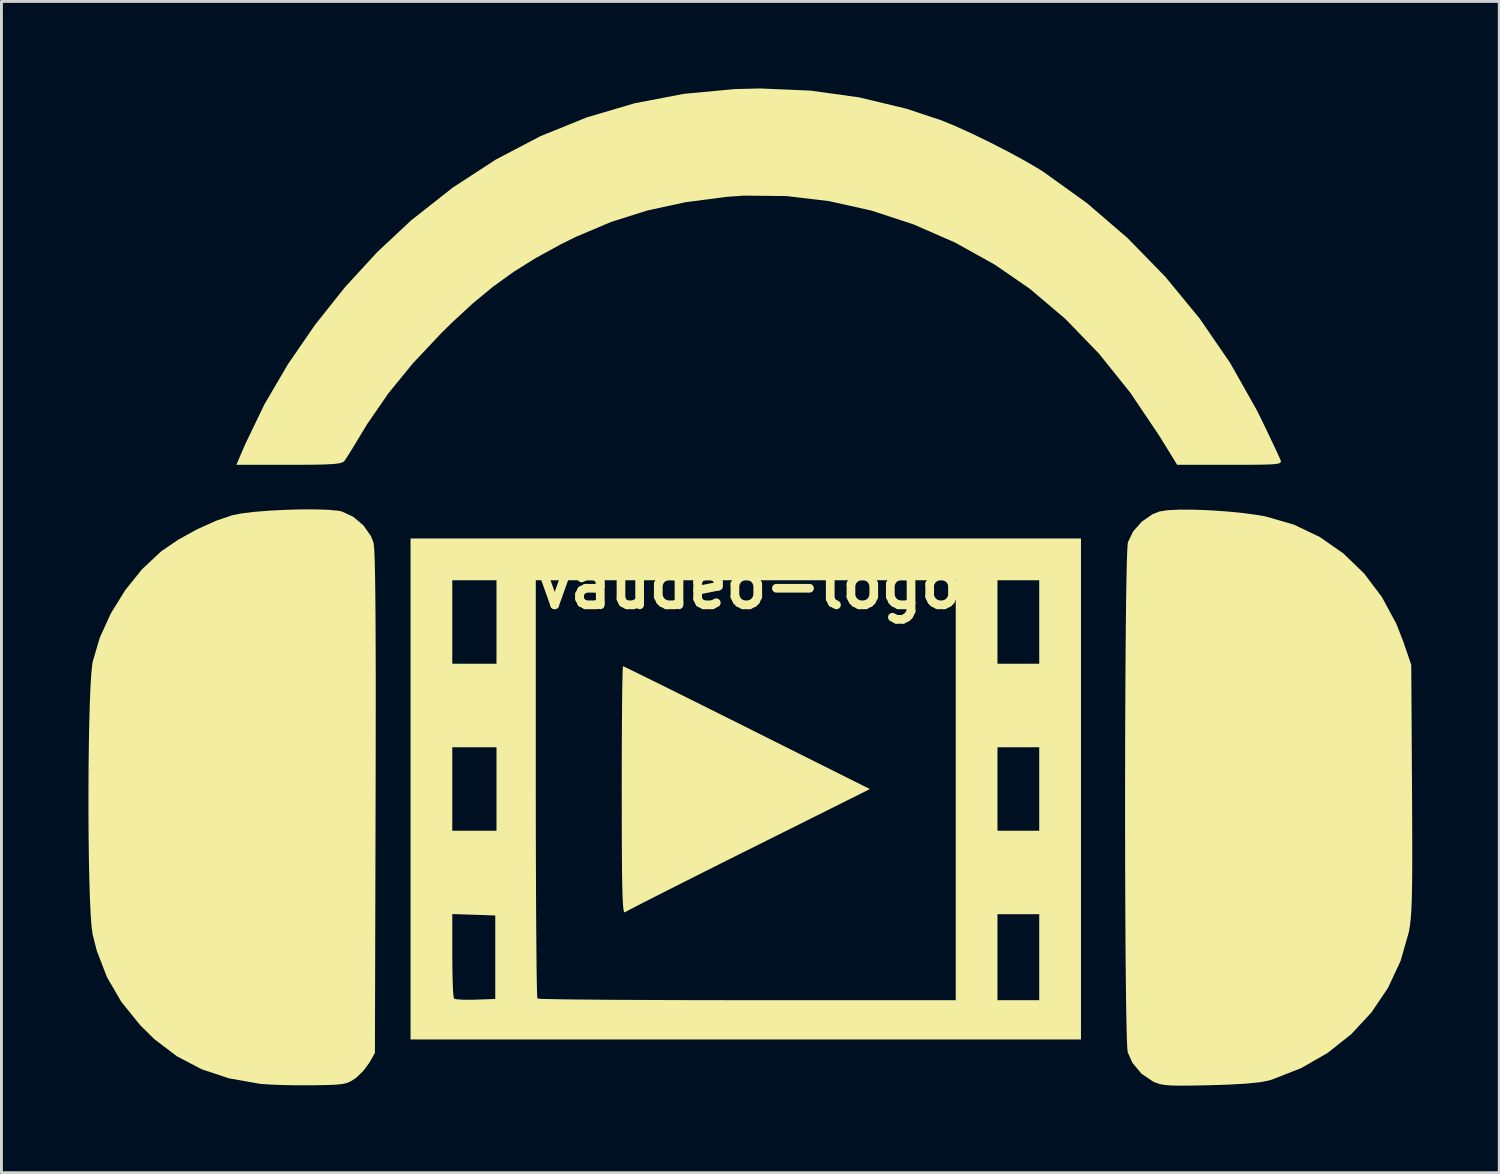
<source format=kicad_pcb>
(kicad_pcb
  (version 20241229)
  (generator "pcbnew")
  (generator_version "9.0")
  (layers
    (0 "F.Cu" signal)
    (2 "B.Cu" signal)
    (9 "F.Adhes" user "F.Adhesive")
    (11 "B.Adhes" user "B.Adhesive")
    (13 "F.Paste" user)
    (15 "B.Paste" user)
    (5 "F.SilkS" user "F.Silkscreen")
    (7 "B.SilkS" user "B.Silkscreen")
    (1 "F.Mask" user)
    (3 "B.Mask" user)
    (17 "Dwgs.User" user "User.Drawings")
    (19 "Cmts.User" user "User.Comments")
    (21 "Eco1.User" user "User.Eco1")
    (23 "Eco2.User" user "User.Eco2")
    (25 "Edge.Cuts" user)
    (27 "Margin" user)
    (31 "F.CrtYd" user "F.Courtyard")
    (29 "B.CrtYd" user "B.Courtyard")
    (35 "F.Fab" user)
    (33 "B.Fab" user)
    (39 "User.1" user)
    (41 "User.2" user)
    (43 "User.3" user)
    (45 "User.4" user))
  (footprint "vaudeo-logo"
    (layer "F.Cu")
    (at 22.788 17.124)
    (property "Reference" "vaudeo-logo" (at 0 0 0) (layer "F.SilkS") (effects (font (size 1.5 1.5) (thickness 0.3))))
    (attr board_only exclude_from_pos_files exclude_from_bom)
    (fp_poly (pts (xy -4.278 2.831) (xy -4.059 2.937) (xy -3.716 3.105) (xy -3.263 3.328) (xy -2.713 3.601) (xy -2.081 3.915) (xy -1.379 4.264) (xy -0.622 4.642) (xy -0.082 4.912) (xy 4.153 7.03) (xy -0.019 9.112) (xy -0.803 9.503) (xy -1.542 9.874) (xy -2.223 10.217) (xy -2.832 10.524) (xy -3.354 10.789) (xy -3.775 11.004) (xy -4.081 11.162) (xy -4.258 11.257) (xy -4.297 11.28) (xy -4.321 11.269) (xy -4.342 11.187) (xy -4.359 11.021) (xy -4.373 10.76) (xy -4.384 10.393) (xy -4.392 9.909) (xy -4.397 9.295) (xy -4.401 8.541) (xy -4.402 7.636) (xy -4.403 7.08) (xy -4.402 6.246) (xy -4.4 5.466) (xy -4.396 4.755) (xy -4.391 4.129) (xy -4.385 3.605) (xy -4.378 3.198) (xy -4.37 2.924) (xy -4.362 2.8) (xy -4.36 2.794)) (stroke (width 0) (type solid)) (fill yes) (layer "F.SilkS"))
    (fp_poly (pts (xy -14.504 -2.597) (xy -14.17 -2.565) (xy -14.058 -2.542) (xy -13.66 -2.358) (xy -13.308 -2.059) (xy -13.049 -1.692) (xy -12.961 -1.464) (xy -12.944 -1.341) (xy -12.929 -1.101) (xy -12.916 -0.74) (xy -12.906 -0.252) (xy -12.898 0.368) (xy -12.891 1.124) (xy -12.887 2.023) (xy -12.884 3.07) (xy -12.884 4.269) (xy -12.885 5.626) (xy -12.888 7.146) (xy -12.889 7.508) (xy -12.912 16.129) (xy -13.107 16.469) (xy -13.304 16.737) (xy -13.549 16.975) (xy -13.608 17.019) (xy -13.741 17.103) (xy -13.874 17.162) (xy -14.042 17.2) (xy -14.279 17.223) (xy -14.616 17.236) (xy -15.088 17.243) (xy -15.107 17.243) (xy -15.602 17.243) (xy -16.096 17.234) (xy -16.534 17.217) (xy -16.863 17.193) (xy -16.891 17.19) (xy -17.941 17.004) (xy -18.886 16.69) (xy -19.74 16.242) (xy -20.518 15.652) (xy -21.005 15.171) (xy -21.654 14.367) (xy -22.147 13.522) (xy -22.5 12.609) (xy -22.647 12.029) (xy -22.682 11.769) (xy -22.712 11.362) (xy -22.737 10.83) (xy -22.757 10.195) (xy -22.773 9.479) (xy -22.783 8.704) (xy -22.788 7.892) (xy -22.788 7.065) (xy -22.784 6.245) (xy -22.774 5.454) (xy -22.76 4.714) (xy -22.741 4.048) (xy -22.717 3.477) (xy -22.688 3.023) (xy -22.654 2.709) (xy -22.642 2.642) (xy -22.398 1.809) (xy -22.016 0.973) (xy -21.522 0.174) (xy -20.942 -0.547) (xy -20.302 -1.147) (xy -20.246 -1.191) (xy -19.692 -1.568) (xy -19.052 -1.922) (xy -18.395 -2.218) (xy -17.822 -2.413) (xy -17.51 -2.474) (xy -17.081 -2.526) (xy -16.572 -2.567) (xy -16.022 -2.596) (xy -15.468 -2.612) (xy -14.95 -2.612)) (stroke (width 0) (type solid)) (fill yes) (layer "F.SilkS"))
    (fp_poly (pts (xy 15.333 -2.602) (xy 15.893 -2.58) (xy 16.473 -2.54) (xy 17.037 -2.484) (xy 17.546 -2.414) (xy 17.799 -2.368) (xy 18.768 -2.088) (xy 19.664 -1.66) (xy 20.476 -1.094) (xy 21.193 -0.401) (xy 21.805 0.409) (xy 22.3 1.327) (xy 22.55 1.966) (xy 22.817 2.752) (xy 22.843 7.022) (xy 22.848 8.014) (xy 22.851 8.852) (xy 22.851 9.552) (xy 22.848 10.131) (xy 22.841 10.603) (xy 22.83 10.985) (xy 22.815 11.293) (xy 22.795 11.542) (xy 22.77 11.748) (xy 22.74 11.926) (xy 22.733 11.963) (xy 22.447 12.961) (xy 22.013 13.888) (xy 21.443 14.732) (xy 20.748 15.481) (xy 19.938 16.124) (xy 19.025 16.649) (xy 18.019 17.044) (xy 17.907 17.078) (xy 17.6 17.138) (xy 17.125 17.186) (xy 16.485 17.221) (xy 15.875 17.24) (xy 15.303 17.252) (xy 14.873 17.256) (xy 14.557 17.25) (xy 14.327 17.233) (xy 14.155 17.202) (xy 14.015 17.157) (xy 13.924 17.118) (xy 13.518 16.845) (xy 13.205 16.472) (xy 13.042 16.105) (xy 13.027 15.966) (xy 13.014 15.672) (xy 13.001 15.237) (xy 12.99 14.674) (xy 12.981 13.999) (xy 12.972 13.225) (xy 12.965 12.367) (xy 12.96 11.438) (xy 12.956 10.453) (xy 12.953 9.425) (xy 12.951 8.37) (xy 12.951 7.3) (xy 12.952 6.231) (xy 12.954 5.176) (xy 12.958 4.149) (xy 12.963 3.165) (xy 12.969 2.238) (xy 12.977 1.381) (xy 12.985 0.61) (xy 12.996 -0.063) (xy 13.007 -0.623) (xy 13.02 -1.055) (xy 13.034 -1.346) (xy 13.048 -1.48) (xy 13.229 -1.854) (xy 13.529 -2.192) (xy 13.899 -2.447) (xy 14.142 -2.542) (xy 14.421 -2.584) (xy 14.83 -2.604)) (stroke (width 0) (type solid)) (fill yes) (layer "F.SilkS"))
    (fp_poly (pts (xy 2.105 -17.05) (xy 3.772 -16.819) (xy 5.397 -16.43) (xy 6.582 -16.038) (xy 7.066 -15.842) (xy 7.647 -15.579) (xy 8.276 -15.274) (xy 8.908 -14.951) (xy 9.493 -14.633) (xy 9.986 -14.344) (xy 10.131 -14.252) (xy 11.632 -13.175) (xy 13.039 -11.964) (xy 14.339 -10.631) (xy 15.523 -9.191) (xy 16.576 -7.657) (xy 17.487 -6.042) (xy 17.65 -5.715) (xy 17.859 -5.281) (xy 18.044 -4.892) (xy 18.191 -4.578) (xy 18.287 -4.367) (xy 18.316 -4.297) (xy 18.323 -4.248) (xy 18.291 -4.211) (xy 18.201 -4.185) (xy 18.032 -4.167) (xy 17.763 -4.156) (xy 17.375 -4.151) (xy 16.847 -4.149) (xy 16.557 -4.149) (xy 14.746 -4.149) (xy 14.136 -5.14) (xy 13.13 -6.636) (xy 12.051 -7.981) (xy 10.898 -9.173) (xy 9.669 -10.216) (xy 8.463 -11.047) (xy 7.088 -11.812) (xy 5.664 -12.435) (xy 4.208 -12.913) (xy 2.738 -13.241) (xy 1.269 -13.415) (xy -0.182 -13.43) (xy -0.777 -13.389) (xy -2.2 -13.203) (xy -3.517 -12.918) (xy -4.768 -12.523) (xy -5.992 -12.005) (xy -6.515 -11.745) (xy -7.364 -11.279) (xy -8.123 -10.807) (xy -8.832 -10.296) (xy -9.532 -9.719) (xy -10.264 -9.043) (xy -10.63 -8.682) (xy -11.605 -7.646) (xy -12.442 -6.621) (xy -13.166 -5.572) (xy -13.414 -5.166) (xy -13.613 -4.834) (xy -13.79 -4.548) (xy -13.92 -4.346) (xy -13.971 -4.274) (xy -14.033 -4.231) (xy -14.152 -4.199) (xy -14.349 -4.176) (xy -14.644 -4.161) (xy -15.058 -4.152) (xy -15.613 -4.149) (xy -15.882 -4.149) (xy -17.689 -4.149) (xy -17.39 -4.847) (xy -16.723 -6.231) (xy -15.912 -7.615) (xy -14.979 -8.972) (xy -13.947 -10.27) (xy -12.836 -11.479) (xy -11.671 -12.57) (xy -11.658 -12.581) (xy -10.227 -13.708) (xy -8.741 -14.675) (xy -7.2 -15.482) (xy -5.606 -16.128) (xy -3.958 -16.614) (xy -2.258 -16.939) (xy -0.506 -17.103) (xy 0.381 -17.124)) (stroke (width 0) (type solid)) (fill yes) (layer "F.SilkS"))
    (fp_poly (pts (xy 11.43 7.027) (xy 11.43 15.663) (xy -0.127 15.663) (xy -11.684 15.663) (xy -11.684 11.339) (xy -10.245 11.339) (xy -10.245 12.767) (xy -10.241 13.243) (xy -10.232 13.659) (xy -10.218 13.986) (xy -10.2 14.194) (xy -10.185 14.255) (xy -10.078 14.28) (xy -9.846 14.294) (xy -9.535 14.293) (xy -9.444 14.291) (xy -8.763 14.266) (xy -8.763 12.827) (xy -8.763 11.388) (xy -9.504 11.363) (xy -10.245 11.339) (xy -11.684 11.339) (xy -11.684 7.027) (xy -11.684 5.588) (xy -10.245 5.588) (xy -10.245 7.027) (xy -10.245 8.467) (xy -9.483 8.467) (xy -8.721 8.467) (xy -8.721 7.027) (xy -8.721 5.588) (xy -9.483 5.588) (xy -10.245 5.588) (xy -11.684 5.588) (xy -11.684 -0.169) (xy -10.245 -0.169) (xy -10.245 1.27) (xy -10.245 2.709) (xy -9.483 2.709) (xy -8.721 2.709) (xy -8.721 1.27) (xy -8.721 -0.169) (xy -7.366 -0.169) (xy -7.366 7.013) (xy -7.365 8.101) (xy -7.363 9.141) (xy -7.36 10.119) (xy -7.356 11.023) (xy -7.351 11.842) (xy -7.345 12.561) (xy -7.339 13.17) (xy -7.332 13.656) (xy -7.324 14.005) (xy -7.316 14.206) (xy -7.31 14.252) (xy -7.218 14.261) (xy -6.97 14.269) (xy -6.577 14.277) (xy -6.053 14.284) (xy -5.408 14.29) (xy -4.657 14.296) (xy -3.811 14.3) (xy -2.882 14.304) (xy -1.884 14.307) (xy -0.828 14.308) (xy -0.071 14.309) (xy 7.112 14.309) (xy 7.112 11.345) (xy 8.551 11.345) (xy 8.551 12.827) (xy 8.551 14.309) (xy 9.271 14.309) (xy 9.991 14.309) (xy 9.991 12.827) (xy 9.991 11.345) (xy 9.271 11.345) (xy 8.551 11.345) (xy 7.112 11.345) (xy 7.112 7.07) (xy 7.112 5.588) (xy 8.551 5.588) (xy 8.551 7.027) (xy 8.551 8.467) (xy 9.271 8.467) (xy 9.991 8.467) (xy 9.991 7.027) (xy 9.991 5.588) (xy 9.271 5.588) (xy 8.551 5.588) (xy 7.112 5.588) (xy 7.112 -0.169) (xy 8.551 -0.169) (xy 8.551 1.27) (xy 8.551 2.709) (xy 9.271 2.709) (xy 9.991 2.709) (xy 9.991 1.27) (xy 9.991 -0.169) (xy 9.271 -0.169) (xy 8.551 -0.169) (xy 7.112 -0.169) (xy -0.127 -0.169) (xy -7.366 -0.169) (xy -8.721 -0.169) (xy -9.483 -0.169) (xy -10.245 -0.169) (xy -11.684 -0.169) (xy -11.684 -1.609) (xy -0.127 -1.609) (xy 11.43 -1.609)) (stroke (width 0) (type solid)) (fill yes) (layer "F.SilkS")))
  (gr_rect
    (start -3 -3)
    (end 48.639 37.38)
    (stroke (width 0.1) (type default))
    (fill no)
    (layer "Edge.Cuts")))
</source>
